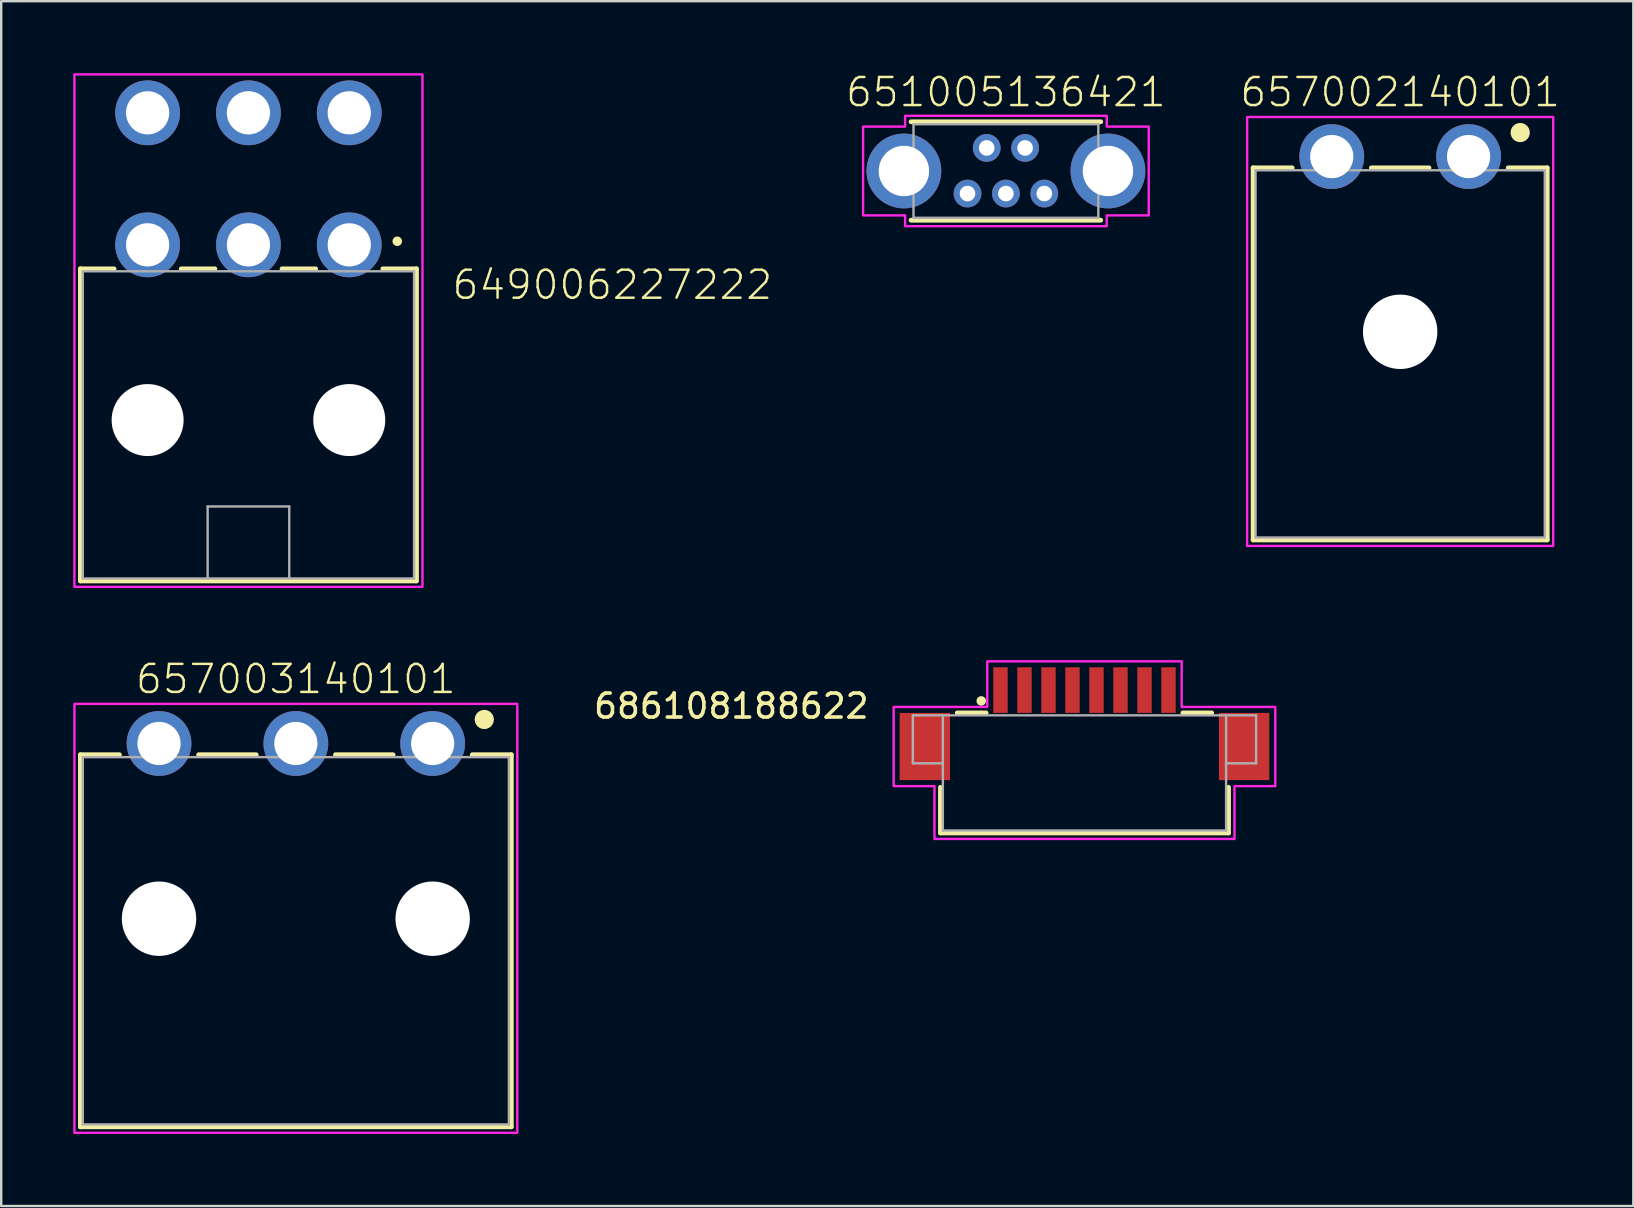
<source format=kicad_pcb>
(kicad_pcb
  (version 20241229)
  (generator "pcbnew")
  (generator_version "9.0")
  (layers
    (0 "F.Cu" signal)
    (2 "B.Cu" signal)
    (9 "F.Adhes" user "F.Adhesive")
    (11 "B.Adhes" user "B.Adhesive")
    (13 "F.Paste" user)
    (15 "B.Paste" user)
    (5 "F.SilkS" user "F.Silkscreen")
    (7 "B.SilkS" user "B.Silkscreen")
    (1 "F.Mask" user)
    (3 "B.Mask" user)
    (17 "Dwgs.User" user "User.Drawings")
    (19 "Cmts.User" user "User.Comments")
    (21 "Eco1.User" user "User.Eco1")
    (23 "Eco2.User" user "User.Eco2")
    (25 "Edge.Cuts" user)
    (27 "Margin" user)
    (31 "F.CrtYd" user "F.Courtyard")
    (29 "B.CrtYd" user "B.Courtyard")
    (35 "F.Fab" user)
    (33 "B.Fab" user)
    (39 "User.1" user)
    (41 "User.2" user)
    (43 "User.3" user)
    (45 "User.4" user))
  (footprint "657002140101"
    (layer "F.Cu")
    (at 55.281 3.473)
    (property "Reference" "657002140101" (at 0 -2 0) (layer "F.SilkS") (effects (font (size 1.168 1.168) (thickness 0.102)) (justify bottom)))
    (fp_line (start -6.125 0.47) (end -4.5 0.47) (stroke (width 0.2) (type solid)) (layer "F.SilkS"))
    (fp_line (start -6.125 15.97) (end -6.125 0.47) (stroke (width 0.2) (type solid)) (layer "F.SilkS"))
    (fp_line (start -1.2 0.47) (end 1.2 0.47) (stroke (width 0.2) (type solid)) (layer "F.SilkS"))
    (fp_line (start 4.5 0.47) (end 6.125 0.47) (stroke (width 0.2) (type solid)) (layer "F.SilkS"))
    (fp_line (start 6.125 0.47) (end 6.125 15.97) (stroke (width 0.2) (type solid)) (layer "F.SilkS"))
    (fp_line (start 6.125 15.97) (end -6.125 15.97) (stroke (width 0.2) (type solid)) (layer "F.SilkS"))
    (fp_circle (center 5 -1) (end 5.2 -1) (stroke (width 0.4) (type solid)) (fill no) (layer "F.SilkS"))
    (fp_poly (pts (xy 6.375 16.22) (xy -6.375 16.22) (xy -6.375 -1.65) (xy 6.375 -1.65)) (stroke (width 0.1) (type default)) (fill no) (layer "F.CrtYd"))
    (fp_line (start -6.025 0.57) (end -6.025 15.87) (stroke (width 0.1) (type solid)) (layer "F.Fab"))
    (fp_line (start -6.025 15.87) (end 6.025 15.87) (stroke (width 0.1) (type solid)) (layer "F.Fab"))
    (fp_line (start 6.025 0.57) (end -6.025 0.57) (stroke (width 0.1) (type solid)) (layer "F.Fab"))
    (fp_line (start 6.025 15.87) (end 6.025 0.57) (stroke (width 0.1) (type solid)) (layer "F.Fab"))
    (pad "" np_thru_hole circle (at 0 7.3) (size 3.1 3.1) (drill 3.1) (layers "*.Cu" "*.Mask"))
    (pad "1" thru_hole circle (at 2.85 0) (size 2.7 2.7) (drill 1.8) (layers "*.Cu" "*.Mask"))
    (pad "2" thru_hole circle (at -2.85 0) (size 2.7 2.7) (drill 1.8) (layers "*.Cu" "*.Mask")))
  (footprint "649006227222"
    (layer "F.Cu")
    (at 7.3 14.65)
    (property "Reference" "649006227222" (at 8.42 -5.15 0) (layer "F.SilkS") (effects (font (size 1.168 1.168) (thickness 0.102)) (justify left bottom)))
    (attr through_hole)
    (fp_line (start -7 -6.5) (end -7 6.5) (stroke (width 0.2) (type solid)) (layer "F.SilkS"))
    (fp_line (start -7 6.5) (end 7 6.5) (stroke (width 0.2) (type solid)) (layer "F.SilkS"))
    (fp_line (start -5.6 -6.5) (end -7 -6.5) (stroke (width 0.2) (type solid)) (layer "F.SilkS"))
    (fp_line (start -2.8 -6.5) (end -1.4 -6.5) (stroke (width 0.2) (type solid)) (layer "F.SilkS"))
    (fp_line (start 1.4 -6.5) (end 2.8 -6.5) (stroke (width 0.2) (type solid)) (layer "F.SilkS"))
    (fp_line (start 7 -6.5) (end 5.6 -6.5) (stroke (width 0.2) (type solid)) (layer "F.SilkS"))
    (fp_line (start 7 6.5) (end 7 -6.5) (stroke (width 0.2) (type solid)) (layer "F.SilkS"))
    (fp_circle (center 6.2 -7.65) (end 6.3 -7.65) (stroke (width 0.2) (type solid)) (fill no) (layer "F.SilkS"))
    (fp_poly (pts (xy 7.25 6.75) (xy -7.25 6.75) (xy -7.25 -14.6) (xy 7.25 -14.6)) (stroke (width 0.1) (type default)) (fill no) (layer "F.CrtYd"))
    (fp_line (start -6.9 -6.4) (end 6.9 -6.4) (stroke (width 0.1) (type solid)) (layer "F.Fab"))
    (fp_line (start -6.9 6.4) (end -6.9 -6.4) (stroke (width 0.1) (type solid)) (layer "F.Fab"))
    (fp_line (start -1.7 3.4) (end 1.7 3.4) (stroke (width 0.1) (type solid)) (layer "F.Fab"))
    (fp_line (start -1.7 6.4) (end -6.9 6.4) (stroke (width 0.1) (type solid)) (layer "F.Fab"))
    (fp_line (start -1.7 6.4) (end -1.7 3.4) (stroke (width 0.1) (type solid)) (layer "F.Fab"))
    (fp_line (start 1.7 3.4) (end 1.7 6.4) (stroke (width 0.1) (type solid)) (layer "F.Fab"))
    (fp_line (start 1.7 6.4) (end -1.7 6.4) (stroke (width 0.1) (type solid)) (layer "F.Fab"))
    (fp_line (start 6.9 -6.4) (end 6.9 6.4) (stroke (width 0.1) (type solid)) (layer "F.Fab"))
    (fp_line (start 6.9 6.4) (end 1.7 6.4) (stroke (width 0.1) (type solid)) (layer "F.Fab"))
    (pad "" np_thru_hole circle (at -4.2 -0.2) (size 3 3) (drill 3) (layers "*.Cu" "*.Mask"))
    (pad "" np_thru_hole circle (at 4.2 -0.2) (size 3 3) (drill 3) (layers "*.Cu" "*.Mask"))
    (pad "1" thru_hole circle (at 4.2 -7.5) (size 2.7 2.7) (drill 1.8) (layers "*.Cu" "*.Mask"))
    (pad "2" thru_hole circle (at 0 -7.5) (size 2.7 2.7) (drill 1.8) (layers "*.Cu" "*.Mask"))
    (pad "3" thru_hole circle (at -4.2 -7.5) (size 2.7 2.7) (drill 1.8) (layers "*.Cu" "*.Mask"))
    (pad "4" thru_hole circle (at 4.2 -13) (size 2.7 2.7) (drill 1.8) (layers "*.Cu" "*.Mask"))
    (pad "5" thru_hole circle (at 0 -13) (size 2.7 2.7) (drill 1.8) (layers "*.Cu" "*.Mask"))
    (pad "6" thru_hole circle (at -4.2 -13) (size 2.7 2.7) (drill 1.8) (layers "*.Cu" "*.Mask")))
  (footprint "657003140101"
    (layer "F.Cu")
    (at 9.275 27.923)
    (property "Reference" "657003140101" (at 0 -2 0) (layer "F.SilkS") (effects (font (size 1.168 1.168) (thickness 0.102)) (justify bottom)))
    (attr through_hole)
    (fp_line (start -8.975 0.47) (end -7.35 0.47) (stroke (width 0.2) (type solid)) (layer "F.SilkS"))
    (fp_line (start -8.975 15.97) (end -8.975 0.47) (stroke (width 0.2) (type solid)) (layer "F.SilkS"))
    (fp_line (start -4.05 0.47) (end -1.65 0.47) (stroke (width 0.2) (type solid)) (layer "F.SilkS"))
    (fp_line (start 1.65 0.47) (end 4.05 0.47) (stroke (width 0.2) (type solid)) (layer "F.SilkS"))
    (fp_line (start 7.35 0.47) (end 8.975 0.47) (stroke (width 0.2) (type solid)) (layer "F.SilkS"))
    (fp_line (start 8.975 0.47) (end 8.975 15.97) (stroke (width 0.2) (type solid)) (layer "F.SilkS"))
    (fp_line (start 8.975 15.97) (end -8.975 15.97) (stroke (width 0.2) (type solid)) (layer "F.SilkS"))
    (fp_circle (center 7.85 -1) (end 8.05 -1) (stroke (width 0.4) (type solid)) (fill no) (layer "F.SilkS"))
    (fp_poly (pts (xy 9.225 16.22) (xy -9.225 16.22) (xy -9.225 -1.65) (xy 9.225 -1.65)) (stroke (width 0.1) (type default)) (fill no) (layer "F.CrtYd"))
    (fp_line (start -8.875 0.57) (end -8.875 15.87) (stroke (width 0.1) (type solid)) (layer "F.Fab"))
    (fp_line (start -8.875 15.87) (end 8.875 15.87) (stroke (width 0.1) (type solid)) (layer "F.Fab"))
    (fp_line (start 8.875 0.57) (end -8.875 0.57) (stroke (width 0.1) (type solid)) (layer "F.Fab"))
    (fp_line (start 8.875 15.87) (end 8.875 0.57) (stroke (width 0.1) (type solid)) (layer "F.Fab"))
    (pad "" np_thru_hole circle (at -5.7 7.3) (size 3.1 3.1) (drill 3.1) (layers "*.Cu" "*.Mask"))
    (pad "" np_thru_hole circle (at 5.7 7.3) (size 3.1 3.1) (drill 3.1) (layers "*.Cu" "*.Mask"))
    (pad "1" thru_hole circle (at 5.7 0) (size 2.7 2.7) (drill 1.8) (layers "*.Cu" "*.Mask"))
    (pad "2" thru_hole circle (at 0 0) (size 2.7 2.7) (drill 1.8) (layers "*.Cu" "*.Mask"))
    (pad "3" thru_hole circle (at -5.7 0) (size 2.7 2.7) (drill 1.8) (layers "*.Cu" "*.Mask")))
  (footprint "686108188622"
    (layer "F.Cu")
    (at 42.129 28.65)
    (property "Reference" "686108188622" (at -8.9 -1.7 0) (layer "F.SilkS") (effects (font (size 1 1) (thickness 0.15)) (justify right bottom)))
    (fp_line (start -6 1.1) (end -6 3) (stroke (width 0.2) (type solid)) (layer "F.SilkS"))
    (fp_line (start -6 3) (end 6 3) (stroke (width 0.2) (type solid)) (layer "F.SilkS"))
    (fp_line (start -5.3 -2) (end -4.1 -2) (stroke (width 0.2) (type solid)) (layer "F.SilkS"))
    (fp_line (start 4.1 -2) (end 5.3 -2) (stroke (width 0.2) (type solid)) (layer "F.SilkS"))
    (fp_line (start 6 3) (end 6 1.1) (stroke (width 0.2) (type solid)) (layer "F.SilkS"))
    (fp_circle (center -4.3 -2.5) (end -4.2 -2.5) (stroke (width 0.2) (type solid)) (fill no) (layer "F.SilkS"))
    (fp_poly (pts (xy 4.05 -2.25) (xy 7.95 -2.25) (xy 7.95 1.05) (xy 6.25 1.05) (xy 6.25 3.25) (xy -6.25 3.25) (xy -6.25 1.05) (xy -7.95 1.05) (xy -7.95 -2.25) (xy -4.05 -2.25) (xy -4.05 -4.15) (xy 4.05 -4.15)) (stroke (width 0.1) (type default)) (fill no) (layer "F.CrtYd"))
    (fp_line (start -7.15 -1.9) (end -7.15 0.1) (stroke (width 0.1) (type solid)) (layer "F.Fab"))
    (fp_line (start -7.15 0.1) (end -5.9 0.1) (stroke (width 0.1) (type solid)) (layer "F.Fab"))
    (fp_line (start -5.9 -1.9) (end -7.15 -1.9) (stroke (width 0.1) (type solid)) (layer "F.Fab"))
    (fp_line (start -5.9 -1.9) (end 5.9 -1.9) (stroke (width 0.1) (type solid)) (layer "F.Fab"))
    (fp_line (start -5.9 0.1) (end -5.9 -1.9) (stroke (width 0.1) (type solid)) (layer "F.Fab"))
    (fp_line (start -5.9 2.9) (end -5.9 0.1) (stroke (width 0.1) (type solid)) (layer "F.Fab"))
    (fp_line (start 5.9 -1.9) (end 5.9 0.1) (stroke (width 0.1) (type solid)) (layer "F.Fab"))
    (fp_line (start 5.9 -1.9) (end 7.15 -1.9) (stroke (width 0.1) (type solid)) (layer "F.Fab"))
    (fp_line (start 5.9 0.1) (end 5.9 2.9) (stroke (width 0.1) (type solid)) (layer "F.Fab"))
    (fp_line (start 5.9 2.9) (end -5.9 2.9) (stroke (width 0.1) (type solid)) (layer "F.Fab"))
    (fp_line (start 7.15 -1.9) (end 7.15 0.1) (stroke (width 0.1) (type solid)) (layer "F.Fab"))
    (fp_line (start 7.15 0.1) (end 5.9 0.1) (stroke (width 0.1) (type solid)) (layer "F.Fab"))
    (pad "1" smd rect (at -3.5 -2.95 90) (size 1.9 0.6) (layers "F.Cu" "F.Mask" "F.Paste"))
    (pad "2" smd rect (at -2.5 -2.95 90) (size 1.9 0.6) (layers "F.Cu" "F.Mask" "F.Paste"))
    (pad "3" smd rect (at -1.5 -2.95 90) (size 1.9 0.6) (layers "F.Cu" "F.Mask" "F.Paste"))
    (pad "4" smd rect (at -0.5 -2.95 90) (size 1.9 0.6) (layers "F.Cu" "F.Mask" "F.Paste"))
    (pad "5" smd rect (at 0.5 -2.95 90) (size 1.9 0.6) (layers "F.Cu" "F.Mask" "F.Paste"))
    (pad "6" smd rect (at 1.5 -2.95 90) (size 1.9 0.6) (layers "F.Cu" "F.Mask" "F.Paste"))
    (pad "7" smd rect (at 2.5 -2.95 90) (size 1.9 0.6) (layers "F.Cu" "F.Mask" "F.Paste"))
    (pad "8" smd rect (at 3.5 -2.95 90) (size 1.9 0.6) (layers "F.Cu" "F.Mask" "F.Paste"))
    (pad "MP" smd rect (at -6.65 -0.6) (size 2.1 2.8) (layers "F.Cu" "F.Mask" "F.Paste"))
    (pad "MP" smd rect (at 6.65 -0.6) (size 2.1 2.8) (layers "F.Cu" "F.Mask" "F.Paste")))
  (footprint "651005136421"
    (layer "F.Cu")
    (at 38.856 4.073)
    (property "Reference" "651005136421" (at 0 -2.6 0) (layer "F.SilkS") (effects (font (size 1.168 1.168) (thickness 0.102)) (justify bottom)))
    (attr through_hole)
    (fp_line (start -3.95 -2.05) (end 3.95 -2.05) (stroke (width 0.2) (type solid)) (layer "F.SilkS"))
    (fp_line (start -3.95 2.05) (end 3.95 2.05) (stroke (width 0.2) (type solid)) (layer "F.SilkS"))
    (fp_poly (pts (xy 4.2 -1.85) (xy 5.95 -1.85) (xy 5.95 1.85) (xy 4.2 1.85) (xy 4.2 2.3) (xy -4.2 2.3) (xy -4.2 1.85) (xy -5.95 1.85) (xy -5.95 -1.85) (xy -4.2 -1.85) (xy -4.2 -2.3) (xy 4.2 -2.3)) (stroke (width 0.1) (type default)) (fill no) (layer "F.CrtYd"))
    (fp_line (start -3.85 -1.95) (end 3.85 -1.95) (stroke (width 0.1) (type solid)) (layer "F.Fab"))
    (fp_line (start -3.85 1.95) (end -3.85 -1.95) (stroke (width 0.1) (type solid)) (layer "F.Fab"))
    (fp_line (start 3.85 -1.95) (end 3.85 1.95) (stroke (width 0.1) (type solid)) (layer "F.Fab"))
    (fp_line (start 3.85 1.95) (end -3.85 1.95) (stroke (width 0.1) (type solid)) (layer "F.Fab"))
    (pad "1" thru_hole circle (at -1.6 0.94) (size 1.158 1.158) (drill 0.65) (layers "*.Cu" "*.Mask"))
    (pad "2" thru_hole circle (at -0.8 -0.96) (size 1.158 1.158) (drill 0.65) (layers "*.Cu" "*.Mask"))
    (pad "3" thru_hole circle (at 0 0.94) (size 1.158 1.158) (drill 0.65) (layers "*.Cu" "*.Mask"))
    (pad "4" thru_hole circle (at 0.8 -0.96) (size 1.158 1.158) (drill 0.65) (layers "*.Cu" "*.Mask"))
    (pad "5" thru_hole circle (at 1.6 0.94) (size 1.158 1.158) (drill 0.65) (layers "*.Cu" "*.Mask"))
    (pad "6" thru_hole circle (at -4.25 0) (size 3.116 3.116) (drill 2.1) (layers "*.Cu" "*.Mask"))
    (pad "6" thru_hole circle (at 4.25 0) (size 3.116 3.116) (drill 2.1) (layers "*.Cu" "*.Mask")))
  (gr_rect
    (start -3 -3)
    (end 64.993 47.193)
    (stroke (width 0.1) (type default))
    (fill no)
    (layer "Edge.Cuts")))
</source>
